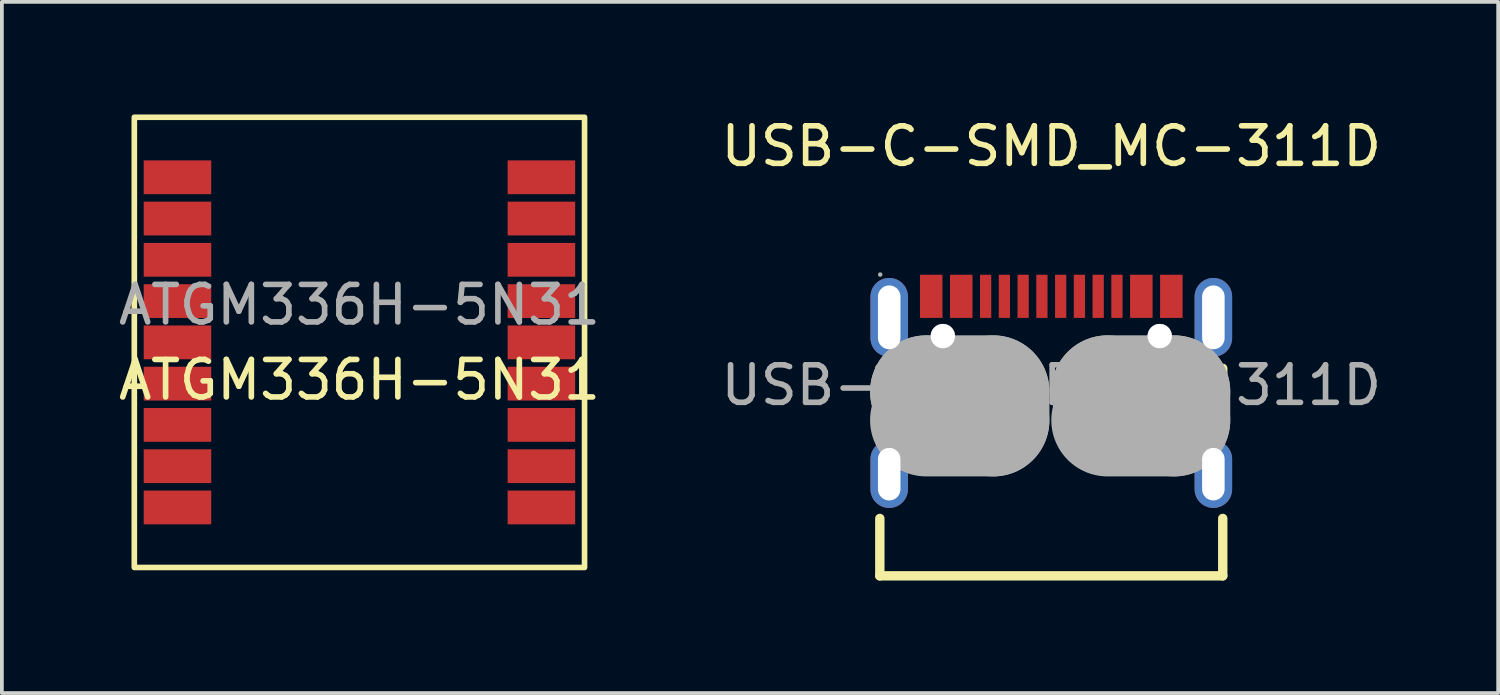
<source format=kicad_pcb>
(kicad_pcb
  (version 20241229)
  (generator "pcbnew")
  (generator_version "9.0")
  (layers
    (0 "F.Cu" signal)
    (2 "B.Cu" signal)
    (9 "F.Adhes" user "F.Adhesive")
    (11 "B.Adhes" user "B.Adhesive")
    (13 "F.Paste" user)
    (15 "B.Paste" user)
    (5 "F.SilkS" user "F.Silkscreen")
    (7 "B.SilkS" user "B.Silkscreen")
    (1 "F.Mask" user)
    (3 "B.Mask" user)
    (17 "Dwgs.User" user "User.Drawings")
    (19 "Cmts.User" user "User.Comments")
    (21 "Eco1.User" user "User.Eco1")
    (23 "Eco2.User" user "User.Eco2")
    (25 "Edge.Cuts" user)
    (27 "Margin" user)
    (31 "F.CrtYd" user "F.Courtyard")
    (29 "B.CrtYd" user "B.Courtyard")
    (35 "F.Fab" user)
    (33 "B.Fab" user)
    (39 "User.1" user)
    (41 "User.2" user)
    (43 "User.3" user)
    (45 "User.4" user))
  (footprint "USB-C-SMD_MC-311D"
    (layer "F.Cu")
    (at 24.97 7.218)
    (property "Reference" "USB-C-SMD_MC-311D" (at 0 -6.37 0) (layer "F.SilkS") (effects (font (size 1 1) (thickness 0.15))))
    (attr through_hole)
    (fp_line (start -4.57 -0.45) (end -4.57 1.2) (stroke (width 0.25) (type solid)) (layer "F.SilkS"))
    (fp_line (start -4.57 3.55) (end -4.57 5.08) (stroke (width 0.25) (type solid)) (layer "F.SilkS"))
    (fp_line (start -4.57 5.08) (end 4.57 5.08) (stroke (width 0.25) (type solid)) (layer "F.SilkS"))
    (fp_line (start 4.57 -0.45) (end 4.57 1.2) (stroke (width 0.25) (type solid)) (layer "F.SilkS"))
    (fp_line (start 4.57 5.08) (end 4.57 3.55) (stroke (width 0.25) (type solid)) (layer "F.SilkS"))
    (fp_line (start -3.33 0.17) (end -3.33 0.17) (stroke (width 3) (type solid)) (layer "F.Fab"))
    (fp_line (start -3.33 0.17) (end -1.55 0.17) (stroke (width 3) (type solid)) (layer "F.Fab"))
    (fp_line (start -1.55 0.17) (end -1.55 0.93) (stroke (width 3) (type solid)) (layer "F.Fab"))
    (fp_line (start -1.55 0.93) (end -3.33 0.93) (stroke (width 3) (type solid)) (layer "F.Fab"))
    (fp_line (start 1.5 0.17) (end 1.5 0.17) (stroke (width 3) (type solid)) (layer "F.Fab"))
    (fp_line (start 1.5 0.17) (end 3.27 0.17) (stroke (width 3) (type solid)) (layer "F.Fab"))
    (fp_line (start 3.27 0.17) (end 3.27 0.93) (stroke (width 3) (type solid)) (layer "F.Fab"))
    (fp_line (start 3.27 0.93) (end 1.5 0.93) (stroke (width 3) (type solid)) (layer "F.Fab"))
    (fp_circle (center -4.56 -2.95) (end -4.53 -2.95) (stroke (width 0.06) (type solid)) (fill no) (layer "F.Fab"))
    (fp_circle (center -2.89 -1.31) (end -2.78 -1.31) (stroke (width 0.22) (type solid)) (fill no) (layer "F.Fab"))
    (fp_circle (center 2.89 -1.31) (end 3 -1.31) (stroke (width 0.22) (type solid)) (fill no) (layer "F.Fab"))
    (fp_text user "${REFERENCE}" (at 0 0 0) (layer "F.Fab") (effects (font (size 1 1) (thickness 0.15))))
    (pad "" thru_hole circle (at -2.89 -1.31) (size 0.65 0.65) (drill 0.65) (layers "*.Cu" "*.Mask"))
    (pad "" thru_hole circle (at 2.89 -1.31) (size 0.65 0.65) (drill 0.65) (layers "*.Cu" "*.Mask"))
    (pad "1" thru_hole oval (at -4.32 -1.81) (size 1 2.1) (drill oval 0.6 1.7) (layers "*.Cu" "*.Paste" "*.Mask"))
    (pad "2" thru_hole oval (at -4.32 2.37) (size 1 1.8) (drill oval 0.6 1.4) (layers "*.Cu" "*.Paste" "*.Mask"))
    (pad "3" thru_hole oval (at 4.32 2.37) (size 1 1.8) (drill oval 0.6 1.4) (layers "*.Cu" "*.Paste" "*.Mask"))
    (pad "4" thru_hole oval (at 4.32 -1.81) (size 1 2.1) (drill oval 0.6 1.7) (layers "*.Cu" "*.Paste" "*.Mask"))
    (pad "A1-B12" smd rect (at -3.2 -2.37) (size 0.6 1.15) (layers "F.Cu" "F.Mask" "F.Paste"))
    (pad "A4-B9" smd rect (at -2.4 -2.37) (size 0.6 1.15) (layers "F.Cu" "F.Mask" "F.Paste"))
    (pad "A5" smd rect (at -1.25 -2.37) (size 0.3 1.15) (layers "F.Cu" "F.Mask" "F.Paste"))
    (pad "A6" smd rect (at -0.25 -2.37) (size 0.3 1.15) (layers "F.Cu" "F.Mask" "F.Paste"))
    (pad "A7" smd rect (at 0.25 -2.37) (size 0.3 1.15) (layers "F.Cu" "F.Mask" "F.Paste"))
    (pad "A8" smd rect (at 1.25 -2.37) (size 0.3 1.15) (layers "F.Cu" "F.Mask" "F.Paste"))
    (pad "B1-A12" smd rect (at 3.2 -2.37) (size 0.6 1.15) (layers "F.Cu" "F.Mask" "F.Paste"))
    (pad "B4-A9" smd rect (at 2.4 -2.37) (size 0.6 1.15) (layers "F.Cu" "F.Mask" "F.Paste"))
    (pad "B5" smd rect (at 1.75 -2.37) (size 0.3 1.15) (layers "F.Cu" "F.Mask" "F.Paste"))
    (pad "B6" smd rect (at 0.75 -2.37) (size 0.3 1.15) (layers "F.Cu" "F.Mask" "F.Paste"))
    (pad "B7" smd rect (at -0.75 -2.37) (size 0.3 1.15) (layers "F.Cu" "F.Mask" "F.Paste"))
    (pad "B8" smd rect (at -1.75 -2.37) (size 0.3 1.15) (layers "F.Cu" "F.Mask" "F.Paste")))
  (footprint "ATGM336H-5N31"
    (layer "F.Cu")
    (at 6.53 6.075)
    (property "Reference" "ATGM336H-5N31" (at 0 1 180) (layer "F.SilkS") (effects (font (size 1 1) (thickness 0.15))))
    (attr smd)
    (fp_rect (start -6 -6) (end 6 6) (stroke (width 0.15) (type solid)) (fill no) (layer "F.SilkS"))
    (fp_text user "${REFERENCE}" (at 0 -1 180) (layer "F.Fab") (effects (font (size 1 1) (thickness 0.15))))
    (pad "1" smd rect (at 4.85 4.4 180) (size 1.8 0.9) (layers "F.Cu" "F.Mask" "F.Paste"))
    (pad "2" smd rect (at 4.85 3.3 180) (size 1.8 0.9) (layers "F.Cu" "F.Mask" "F.Paste"))
    (pad "3" smd rect (at 4.85 2.2 180) (size 1.8 0.9) (layers "F.Cu" "F.Mask" "F.Paste"))
    (pad "4" smd rect (at 4.85 1.1 180) (size 1.8 0.9) (layers "F.Cu" "F.Mask" "F.Paste"))
    (pad "5" smd rect (at 4.85 0 180) (size 1.8 0.9) (layers "F.Cu" "F.Mask" "F.Paste"))
    (pad "6" smd rect (at 4.85 -1.1 180) (size 1.8 0.9) (layers "F.Cu" "F.Mask" "F.Paste"))
    (pad "7" smd rect (at 4.85 -2.2 180) (size 1.8 0.9) (layers "F.Cu" "F.Mask" "F.Paste"))
    (pad "8" smd rect (at 4.85 -3.3 180) (size 1.8 0.9) (layers "F.Cu" "F.Mask" "F.Paste"))
    (pad "9" smd rect (at 4.85 -4.4 180) (size 1.8 0.9) (layers "F.Cu" "F.Mask" "F.Paste"))
    (pad "10" smd rect (at -4.85 -4.4 180) (size 1.8 0.9) (layers "F.Cu" "F.Mask" "F.Paste"))
    (pad "11" smd rect (at -4.85 -3.3 180) (size 1.8 0.9) (layers "F.Cu" "F.Mask" "F.Paste"))
    (pad "12" smd rect (at -4.85 -2.2 180) (size 1.8 0.9) (layers "F.Cu" "F.Mask" "F.Paste"))
    (pad "13" smd rect (at -4.85 -1.1 180) (size 1.8 0.9) (layers "F.Cu" "F.Mask" "F.Paste"))
    (pad "14" smd rect (at -4.85 0 180) (size 1.8 0.9) (layers "F.Cu" "F.Mask" "F.Paste"))
    (pad "15" smd rect (at -4.85 1.1 180) (size 1.8 0.9) (layers "F.Cu" "F.Mask" "F.Paste"))
    (pad "16" smd rect (at -4.85 2.2 180) (size 1.8 0.9) (layers "F.Cu" "F.Mask" "F.Paste"))
    (pad "17" smd rect (at -4.85 3.3 180) (size 1.8 0.9) (layers "F.Cu" "F.Mask" "F.Paste"))
    (pad "18" smd rect (at -4.85 4.4 180) (size 1.8 0.9) (layers "F.Cu" "F.Mask" "F.Paste")))
  (gr_rect
    (start -3 -3)
    (end 36.881 15.423)
    (stroke (width 0.1) (type default))
    (fill no)
    (layer "Edge.Cuts")))
</source>
